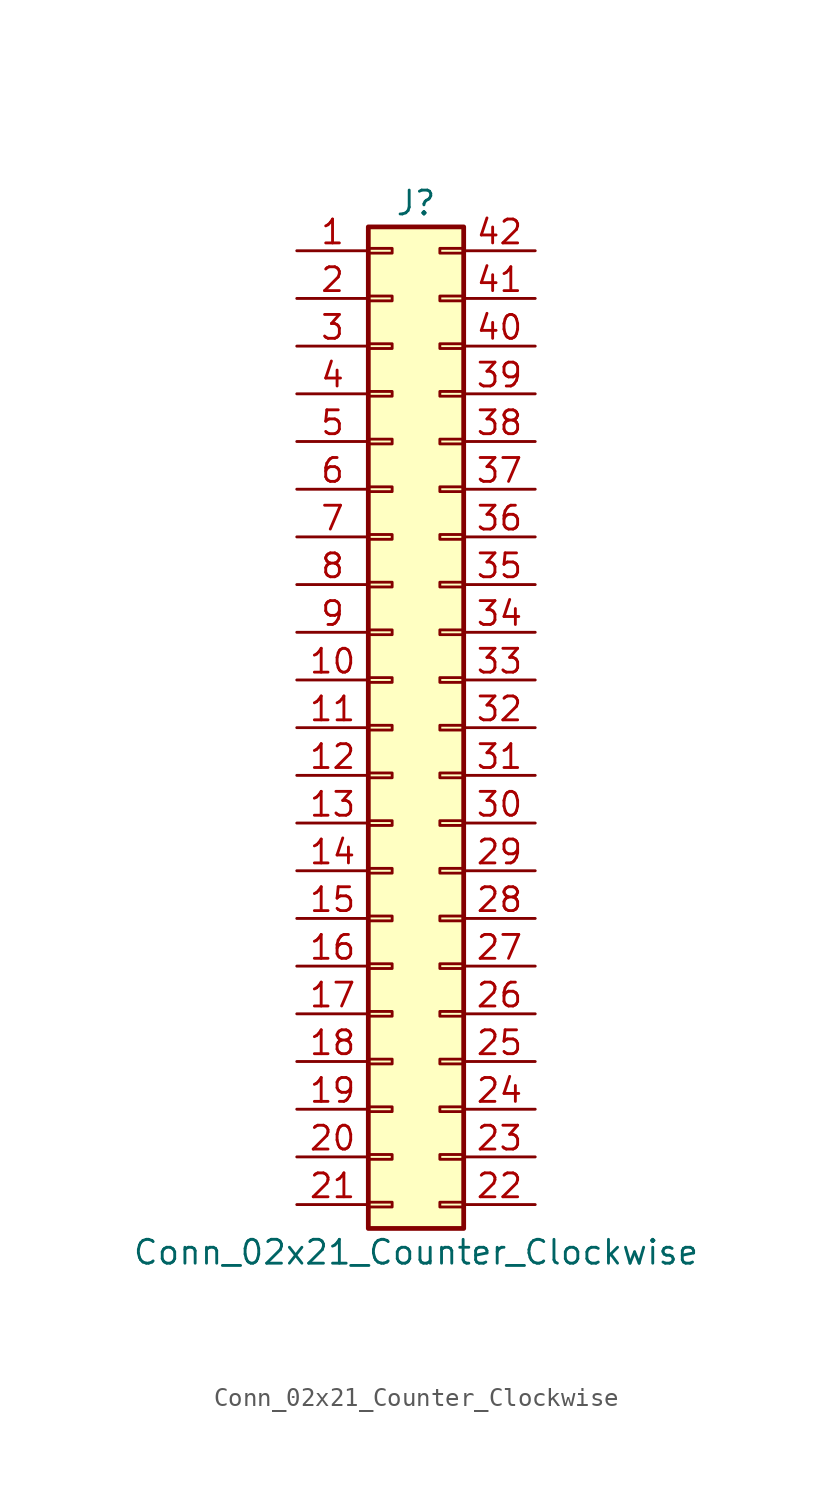
<source format=kicad_sym>
(kicad_symbol_lib
  (version 20201005)
  (generator kicad_symbol_editor)
  (symbol "Conn_02x21_Counter_Clockwise"
    (pin_names
      (offset 1.016) hide)
    (property "Reference" "J"
      (at 1.27 27.94 0)
      (effects (font (size 1.27 1.27))))
    (property "Value" "Conn_02x21_Counter_Clockwise"
      (at 1.27 -27.94 0)
      (effects (font (size 1.27 1.27))))
    (symbol "Conn_02x21_Counter_Clockwise_1_1"
      (rectangle (start -1.27 -25.273) (end 0 -25.527) (stroke (width 0.152)) (fill (type none)))
      (rectangle (start -1.27 -22.733) (end 0 -22.987) (stroke (width 0.152)) (fill (type none)))
      (rectangle (start -1.27 -20.193) (end 0 -20.447) (stroke (width 0.152)) (fill (type none)))
      (rectangle (start -1.27 -17.653) (end 0 -17.907) (stroke (width 0.152)) (fill (type none)))
      (rectangle (start -1.27 -15.113) (end 0 -15.367) (stroke (width 0.152)) (fill (type none)))
      (rectangle (start -1.27 -12.573) (end 0 -12.827) (stroke (width 0.152)) (fill (type none)))
      (rectangle (start -1.27 -10.033) (end 0 -10.287) (stroke (width 0.152)) (fill (type none)))
      (rectangle (start -1.27 -7.493) (end 0 -7.747) (stroke (width 0.152)) (fill (type none)))
      (rectangle (start -1.27 -4.953) (end 0 -5.207) (stroke (width 0.152)) (fill (type none)))
      (rectangle (start -1.27 -2.413) (end 0 -2.667) (stroke (width 0.152)) (fill (type none)))
      (rectangle (start -1.27 0.127) (end 0 -0.127) (stroke (width 0.152)) (fill (type none)))
      (rectangle (start -1.27 2.667) (end 0 2.413) (stroke (width 0.152)) (fill (type none)))
      (rectangle (start -1.27 5.207) (end 0 4.953) (stroke (width 0.152)) (fill (type none)))
      (rectangle (start -1.27 7.747) (end 0 7.493) (stroke (width 0.152)) (fill (type none)))
      (rectangle (start -1.27 10.287) (end 0 10.033) (stroke (width 0.152)) (fill (type none)))
      (rectangle (start -1.27 12.827) (end 0 12.573) (stroke (width 0.152)) (fill (type none)))
      (rectangle (start -1.27 15.367) (end 0 15.113) (stroke (width 0.152)) (fill (type none)))
      (rectangle (start -1.27 17.907) (end 0 17.653) (stroke (width 0.152)) (fill (type none)))
      (rectangle (start -1.27 20.447) (end 0 20.193) (stroke (width 0.152)) (fill (type none)))
      (rectangle (start -1.27 22.987) (end 0 22.733) (stroke (width 0.152)) (fill (type none)))
      (rectangle (start -1.27 25.527) (end 0 25.273) (stroke (width 0.152)) (fill (type none)))
      (rectangle (start -1.27 26.67) (end 3.81 -26.67) (stroke (width 0.254)) (fill (type background)))
      (rectangle (start 3.81 -25.273) (end 2.54 -25.527) (stroke (width 0.152)) (fill (type none)))
      (rectangle (start 3.81 -22.733) (end 2.54 -22.987) (stroke (width 0.152)) (fill (type none)))
      (rectangle (start 3.81 -20.193) (end 2.54 -20.447) (stroke (width 0.152)) (fill (type none)))
      (rectangle (start 3.81 -17.653) (end 2.54 -17.907) (stroke (width 0.152)) (fill (type none)))
      (rectangle (start 3.81 -15.113) (end 2.54 -15.367) (stroke (width 0.152)) (fill (type none)))
      (rectangle (start 3.81 -12.573) (end 2.54 -12.827) (stroke (width 0.152)) (fill (type none)))
      (rectangle (start 3.81 -10.033) (end 2.54 -10.287) (stroke (width 0.152)) (fill (type none)))
      (rectangle (start 3.81 -7.493) (end 2.54 -7.747) (stroke (width 0.152)) (fill (type none)))
      (rectangle (start 3.81 -4.953) (end 2.54 -5.207) (stroke (width 0.152)) (fill (type none)))
      (rectangle (start 3.81 -2.413) (end 2.54 -2.667) (stroke (width 0.152)) (fill (type none)))
      (rectangle (start 3.81 0.127) (end 2.54 -0.127) (stroke (width 0.152)) (fill (type none)))
      (rectangle (start 3.81 2.667) (end 2.54 2.413) (stroke (width 0.152)) (fill (type none)))
      (rectangle (start 3.81 5.207) (end 2.54 4.953) (stroke (width 0.152)) (fill (type none)))
      (rectangle (start 3.81 7.747) (end 2.54 7.493) (stroke (width 0.152)) (fill (type none)))
      (rectangle (start 3.81 10.287) (end 2.54 10.033) (stroke (width 0.152)) (fill (type none)))
      (rectangle (start 3.81 12.827) (end 2.54 12.573) (stroke (width 0.152)) (fill (type none)))
      (rectangle (start 3.81 15.367) (end 2.54 15.113) (stroke (width 0.152)) (fill (type none)))
      (rectangle (start 3.81 17.907) (end 2.54 17.653) (stroke (width 0.152)) (fill (type none)))
      (rectangle (start 3.81 20.447) (end 2.54 20.193) (stroke (width 0.152)) (fill (type none)))
      (rectangle (start 3.81 22.987) (end 2.54 22.733) (stroke (width 0.152)) (fill (type none)))
      (rectangle (start 3.81 25.527) (end 2.54 25.273) (stroke (width 0.152)) (fill (type none)))
      (pin passive line (at -5.08 25.4 0) (length 3.81) (name "Pin_1" (effects (font (size 1.27 1.27)))) (number "1" (effects (font (size 1.27 1.27)))))
      (pin passive line (at -5.08 2.54 0) (length 3.81) (name "Pin_10" (effects (font (size 1.27 1.27)))) (number "10" (effects (font (size 1.27 1.27)))))
      (pin passive line (at -5.08 0 0) (length 3.81) (name "Pin_11" (effects (font (size 1.27 1.27)))) (number "11" (effects (font (size 1.27 1.27)))))
      (pin passive line (at -5.08 -2.54 0) (length 3.81) (name "Pin_12" (effects (font (size 1.27 1.27)))) (number "12" (effects (font (size 1.27 1.27)))))
      (pin passive line (at -5.08 -5.08 0) (length 3.81) (name "Pin_13" (effects (font (size 1.27 1.27)))) (number "13" (effects (font (size 1.27 1.27)))))
      (pin passive line (at -5.08 -7.62 0) (length 3.81) (name "Pin_14" (effects (font (size 1.27 1.27)))) (number "14" (effects (font (size 1.27 1.27)))))
      (pin passive line (at -5.08 -10.16 0) (length 3.81) (name "Pin_15" (effects (font (size 1.27 1.27)))) (number "15" (effects (font (size 1.27 1.27)))))
      (pin passive line (at -5.08 -12.7 0) (length 3.81) (name "Pin_16" (effects (font (size 1.27 1.27)))) (number "16" (effects (font (size 1.27 1.27)))))
      (pin passive line (at -5.08 -15.24 0) (length 3.81) (name "Pin_17" (effects (font (size 1.27 1.27)))) (number "17" (effects (font (size 1.27 1.27)))))
      (pin passive line (at -5.08 -17.78 0) (length 3.81) (name "Pin_18" (effects (font (size 1.27 1.27)))) (number "18" (effects (font (size 1.27 1.27)))))
      (pin passive line (at -5.08 -20.32 0) (length 3.81) (name "Pin_19" (effects (font (size 1.27 1.27)))) (number "19" (effects (font (size 1.27 1.27)))))
      (pin passive line (at -5.08 22.86 0) (length 3.81) (name "Pin_2" (effects (font (size 1.27 1.27)))) (number "2" (effects (font (size 1.27 1.27)))))
      (pin passive line (at -5.08 -22.86 0) (length 3.81) (name "Pin_20" (effects (font (size 1.27 1.27)))) (number "20" (effects (font (size 1.27 1.27)))))
      (pin passive line (at -5.08 -25.4 0) (length 3.81) (name "Pin_21" (effects (font (size 1.27 1.27)))) (number "21" (effects (font (size 1.27 1.27)))))
      (pin passive line (at 7.62 -25.4 180) (length 3.81) (name "Pin_22" (effects (font (size 1.27 1.27)))) (number "22" (effects (font (size 1.27 1.27)))))
      (pin passive line (at 7.62 -22.86 180) (length 3.81) (name "Pin_23" (effects (font (size 1.27 1.27)))) (number "23" (effects (font (size 1.27 1.27)))))
      (pin passive line (at 7.62 -20.32 180) (length 3.81) (name "Pin_24" (effects (font (size 1.27 1.27)))) (number "24" (effects (font (size 1.27 1.27)))))
      (pin passive line (at 7.62 -17.78 180) (length 3.81) (name "Pin_25" (effects (font (size 1.27 1.27)))) (number "25" (effects (font (size 1.27 1.27)))))
      (pin passive line (at 7.62 -15.24 180) (length 3.81) (name "Pin_26" (effects (font (size 1.27 1.27)))) (number "26" (effects (font (size 1.27 1.27)))))
      (pin passive line (at 7.62 -12.7 180) (length 3.81) (name "Pin_27" (effects (font (size 1.27 1.27)))) (number "27" (effects (font (size 1.27 1.27)))))
      (pin passive line (at 7.62 -10.16 180) (length 3.81) (name "Pin_28" (effects (font (size 1.27 1.27)))) (number "28" (effects (font (size 1.27 1.27)))))
      (pin passive line (at 7.62 -7.62 180) (length 3.81) (name "Pin_29" (effects (font (size 1.27 1.27)))) (number "29" (effects (font (size 1.27 1.27)))))
      (pin passive line (at -5.08 20.32 0) (length 3.81) (name "Pin_3" (effects (font (size 1.27 1.27)))) (number "3" (effects (font (size 1.27 1.27)))))
      (pin passive line (at 7.62 -5.08 180) (length 3.81) (name "Pin_30" (effects (font (size 1.27 1.27)))) (number "30" (effects (font (size 1.27 1.27)))))
      (pin passive line (at 7.62 -2.54 180) (length 3.81) (name "Pin_31" (effects (font (size 1.27 1.27)))) (number "31" (effects (font (size 1.27 1.27)))))
      (pin passive line (at 7.62 0 180) (length 3.81) (name "Pin_32" (effects (font (size 1.27 1.27)))) (number "32" (effects (font (size 1.27 1.27)))))
      (pin passive line (at 7.62 2.54 180) (length 3.81) (name "Pin_33" (effects (font (size 1.27 1.27)))) (number "33" (effects (font (size 1.27 1.27)))))
      (pin passive line (at 7.62 5.08 180) (length 3.81) (name "Pin_34" (effects (font (size 1.27 1.27)))) (number "34" (effects (font (size 1.27 1.27)))))
      (pin passive line (at 7.62 7.62 180) (length 3.81) (name "Pin_35" (effects (font (size 1.27 1.27)))) (number "35" (effects (font (size 1.27 1.27)))))
      (pin passive line (at 7.62 10.16 180) (length 3.81) (name "Pin_36" (effects (font (size 1.27 1.27)))) (number "36" (effects (font (size 1.27 1.27)))))
      (pin passive line (at 7.62 12.7 180) (length 3.81) (name "Pin_37" (effects (font (size 1.27 1.27)))) (number "37" (effects (font (size 1.27 1.27)))))
      (pin passive line (at 7.62 15.24 180) (length 3.81) (name "Pin_38" (effects (font (size 1.27 1.27)))) (number "38" (effects (font (size 1.27 1.27)))))
      (pin passive line (at 7.62 17.78 180) (length 3.81) (name "Pin_39" (effects (font (size 1.27 1.27)))) (number "39" (effects (font (size 1.27 1.27)))))
      (pin passive line (at -5.08 17.78 0) (length 3.81) (name "Pin_4" (effects (font (size 1.27 1.27)))) (number "4" (effects (font (size 1.27 1.27)))))
      (pin passive line (at 7.62 20.32 180) (length 3.81) (name "Pin_40" (effects (font (size 1.27 1.27)))) (number "40" (effects (font (size 1.27 1.27)))))
      (pin passive line (at 7.62 22.86 180) (length 3.81) (name "Pin_41" (effects (font (size 1.27 1.27)))) (number "41" (effects (font (size 1.27 1.27)))))
      (pin passive line (at 7.62 25.4 180) (length 3.81) (name "Pin_42" (effects (font (size 1.27 1.27)))) (number "42" (effects (font (size 1.27 1.27)))))
      (pin passive line (at -5.08 15.24 0) (length 3.81) (name "Pin_5" (effects (font (size 1.27 1.27)))) (number "5" (effects (font (size 1.27 1.27)))))
      (pin passive line (at -5.08 12.7 0) (length 3.81) (name "Pin_6" (effects (font (size 1.27 1.27)))) (number "6" (effects (font (size 1.27 1.27)))))
      (pin passive line (at -5.08 10.16 0) (length 3.81) (name "Pin_7" (effects (font (size 1.27 1.27)))) (number "7" (effects (font (size 1.27 1.27)))))
      (pin passive line (at -5.08 7.62 0) (length 3.81) (name "Pin_8" (effects (font (size 1.27 1.27)))) (number "8" (effects (font (size 1.27 1.27)))))
      (pin passive line (at -5.08 5.08 0) (length 3.81) (name "Pin_9" (effects (font (size 1.27 1.27)))) (number "9" (effects (font (size 1.27 1.27))))))))
</source>
